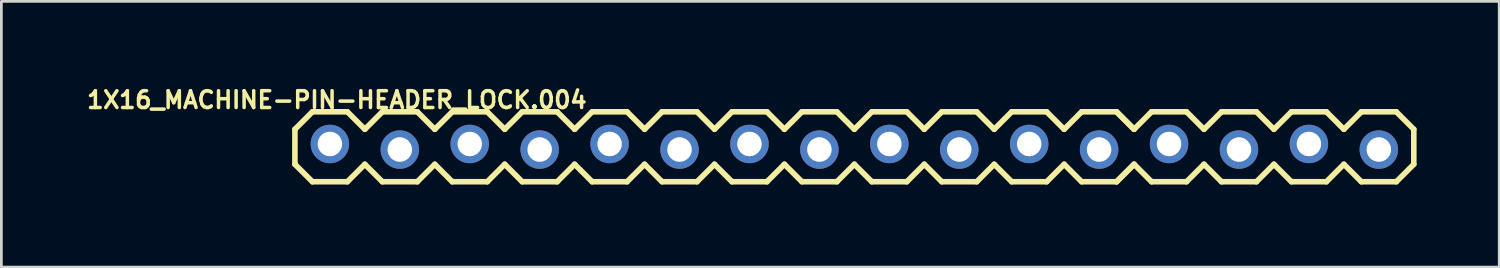
<source format=kicad_pcb>
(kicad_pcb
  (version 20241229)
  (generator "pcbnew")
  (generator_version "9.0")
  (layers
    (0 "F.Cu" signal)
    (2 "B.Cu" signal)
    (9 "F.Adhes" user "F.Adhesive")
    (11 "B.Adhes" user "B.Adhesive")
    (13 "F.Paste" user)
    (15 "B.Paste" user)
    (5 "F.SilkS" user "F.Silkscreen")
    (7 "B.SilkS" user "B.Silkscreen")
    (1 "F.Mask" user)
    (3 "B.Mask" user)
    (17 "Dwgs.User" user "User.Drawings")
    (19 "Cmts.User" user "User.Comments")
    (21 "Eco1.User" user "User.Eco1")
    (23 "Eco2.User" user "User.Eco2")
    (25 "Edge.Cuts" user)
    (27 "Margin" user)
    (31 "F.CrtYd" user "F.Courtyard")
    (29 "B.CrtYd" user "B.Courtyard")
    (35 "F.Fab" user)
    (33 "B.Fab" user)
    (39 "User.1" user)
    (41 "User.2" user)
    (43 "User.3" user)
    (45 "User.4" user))
  (footprint "1X16_MACHINE-PIN-HEADER_LOCK.004"
    (layer "F.Cu")
    (at 8.932 2.281)
    (property "Reference" "1X16_MACHINE-PIN-HEADER_LOCK.004" (at 0.254 -1.702 0) (layer "F.SilkS") (effects (font (size 0.61 0.61) (thickness 0.127))))
    (attr exclude_from_pos_files exclude_from_bom)
    (fp_line (start -1.27 -0.635) (end -1.27 0.635) (stroke (width 0.203) (type solid)) (layer "F.SilkS"))
    (fp_line (start -1.27 0.635) (end -0.635 1.27) (stroke (width 0.203) (type solid)) (layer "F.SilkS"))
    (fp_line (start -0.635 -1.27) (end -1.27 -0.635) (stroke (width 0.203) (type solid)) (layer "F.SilkS"))
    (fp_line (start -0.635 -1.27) (end 0.635 -1.27) (stroke (width 0.203) (type solid)) (layer "F.SilkS"))
    (fp_line (start 0.635 -1.27) (end 1.27 -0.635) (stroke (width 0.203) (type solid)) (layer "F.SilkS"))
    (fp_line (start 0.635 1.27) (end -0.635 1.27) (stroke (width 0.203) (type solid)) (layer "F.SilkS"))
    (fp_line (start 1.27 -0.635) (end 1.905 -1.27) (stroke (width 0.203) (type solid)) (layer "F.SilkS"))
    (fp_line (start 1.27 0.635) (end 0.635 1.27) (stroke (width 0.203) (type solid)) (layer "F.SilkS"))
    (fp_line (start 1.905 -1.27) (end 3.175 -1.27) (stroke (width 0.203) (type solid)) (layer "F.SilkS"))
    (fp_line (start 1.905 1.27) (end 1.27 0.635) (stroke (width 0.203) (type solid)) (layer "F.SilkS"))
    (fp_line (start 3.175 -1.27) (end 3.81 -0.635) (stroke (width 0.203) (type solid)) (layer "F.SilkS"))
    (fp_line (start 3.175 1.27) (end 1.905 1.27) (stroke (width 0.203) (type solid)) (layer "F.SilkS"))
    (fp_line (start 3.81 -0.635) (end 4.445 -1.27) (stroke (width 0.203) (type solid)) (layer "F.SilkS"))
    (fp_line (start 3.81 0.635) (end 3.175 1.27) (stroke (width 0.203) (type solid)) (layer "F.SilkS"))
    (fp_line (start 4.445 -1.27) (end 5.715 -1.27) (stroke (width 0.203) (type solid)) (layer "F.SilkS"))
    (fp_line (start 4.445 1.27) (end 3.81 0.635) (stroke (width 0.203) (type solid)) (layer "F.SilkS"))
    (fp_line (start 5.715 -1.27) (end 6.35 -0.635) (stroke (width 0.203) (type solid)) (layer "F.SilkS"))
    (fp_line (start 5.715 1.27) (end 4.445 1.27) (stroke (width 0.203) (type solid)) (layer "F.SilkS"))
    (fp_line (start 6.35 0.635) (end 5.715 1.27) (stroke (width 0.203) (type solid)) (layer "F.SilkS"))
    (fp_line (start 6.35 0.635) (end 6.985 1.27) (stroke (width 0.203) (type solid)) (layer "F.SilkS"))
    (fp_line (start 6.985 -1.27) (end 6.35 -0.635) (stroke (width 0.203) (type solid)) (layer "F.SilkS"))
    (fp_line (start 6.985 -1.27) (end 8.255 -1.27) (stroke (width 0.203) (type solid)) (layer "F.SilkS"))
    (fp_line (start 8.255 -1.27) (end 8.89 -0.635) (stroke (width 0.203) (type solid)) (layer "F.SilkS"))
    (fp_line (start 8.255 1.27) (end 6.985 1.27) (stroke (width 0.203) (type solid)) (layer "F.SilkS"))
    (fp_line (start 8.89 -0.635) (end 9.525 -1.27) (stroke (width 0.203) (type solid)) (layer "F.SilkS"))
    (fp_line (start 8.89 0.635) (end 8.255 1.27) (stroke (width 0.203) (type solid)) (layer "F.SilkS"))
    (fp_line (start 9.525 -1.27) (end 10.795 -1.27) (stroke (width 0.203) (type solid)) (layer "F.SilkS"))
    (fp_line (start 9.525 1.27) (end 8.89 0.635) (stroke (width 0.203) (type solid)) (layer "F.SilkS"))
    (fp_line (start 10.795 -1.27) (end 11.43 -0.635) (stroke (width 0.203) (type solid)) (layer "F.SilkS"))
    (fp_line (start 10.795 1.27) (end 9.525 1.27) (stroke (width 0.203) (type solid)) (layer "F.SilkS"))
    (fp_line (start 11.43 -0.635) (end 12.065 -1.27) (stroke (width 0.203) (type solid)) (layer "F.SilkS"))
    (fp_line (start 11.43 0.635) (end 10.795 1.27) (stroke (width 0.203) (type solid)) (layer "F.SilkS"))
    (fp_line (start 12.065 -1.27) (end 13.335 -1.27) (stroke (width 0.203) (type solid)) (layer "F.SilkS"))
    (fp_line (start 12.065 1.27) (end 11.43 0.635) (stroke (width 0.203) (type solid)) (layer "F.SilkS"))
    (fp_line (start 13.335 -1.27) (end 13.97 -0.635) (stroke (width 0.203) (type solid)) (layer "F.SilkS"))
    (fp_line (start 13.335 1.27) (end 12.065 1.27) (stroke (width 0.203) (type solid)) (layer "F.SilkS"))
    (fp_line (start 13.97 0.635) (end 13.335 1.27) (stroke (width 0.203) (type solid)) (layer "F.SilkS"))
    (fp_line (start 13.97 0.635) (end 14.605 1.27) (stroke (width 0.203) (type solid)) (layer "F.SilkS"))
    (fp_line (start 14.605 -1.27) (end 13.97 -0.635) (stroke (width 0.203) (type solid)) (layer "F.SilkS"))
    (fp_line (start 14.605 -1.27) (end 15.875 -1.27) (stroke (width 0.203) (type solid)) (layer "F.SilkS"))
    (fp_line (start 15.875 -1.27) (end 16.51 -0.635) (stroke (width 0.203) (type solid)) (layer "F.SilkS"))
    (fp_line (start 15.875 1.27) (end 14.605 1.27) (stroke (width 0.203) (type solid)) (layer "F.SilkS"))
    (fp_line (start 16.51 -0.635) (end 17.145 -1.27) (stroke (width 0.203) (type solid)) (layer "F.SilkS"))
    (fp_line (start 16.51 0.635) (end 15.875 1.27) (stroke (width 0.203) (type solid)) (layer "F.SilkS"))
    (fp_line (start 17.145 -1.27) (end 18.415 -1.27) (stroke (width 0.203) (type solid)) (layer "F.SilkS"))
    (fp_line (start 17.145 1.27) (end 16.51 0.635) (stroke (width 0.203) (type solid)) (layer "F.SilkS"))
    (fp_line (start 18.415 -1.27) (end 19.05 -0.635) (stroke (width 0.203) (type solid)) (layer "F.SilkS"))
    (fp_line (start 18.415 1.27) (end 17.145 1.27) (stroke (width 0.203) (type solid)) (layer "F.SilkS"))
    (fp_line (start 19.05 -0.635) (end 19.685 -1.27) (stroke (width 0.203) (type solid)) (layer "F.SilkS"))
    (fp_line (start 19.05 0.635) (end 18.415 1.27) (stroke (width 0.203) (type solid)) (layer "F.SilkS"))
    (fp_line (start 19.685 -1.27) (end 20.955 -1.27) (stroke (width 0.203) (type solid)) (layer "F.SilkS"))
    (fp_line (start 19.685 1.27) (end 19.05 0.635) (stroke (width 0.203) (type solid)) (layer "F.SilkS"))
    (fp_line (start 20.955 -1.27) (end 21.59 -0.635) (stroke (width 0.203) (type solid)) (layer "F.SilkS"))
    (fp_line (start 20.955 1.27) (end 19.685 1.27) (stroke (width 0.203) (type solid)) (layer "F.SilkS"))
    (fp_line (start 21.59 0.635) (end 20.955 1.27) (stroke (width 0.203) (type solid)) (layer "F.SilkS"))
    (fp_line (start 21.59 0.635) (end 22.225 1.27) (stroke (width 0.203) (type solid)) (layer "F.SilkS"))
    (fp_line (start 22.225 -1.27) (end 21.59 -0.635) (stroke (width 0.203) (type solid)) (layer "F.SilkS"))
    (fp_line (start 22.225 -1.27) (end 23.495 -1.27) (stroke (width 0.203) (type solid)) (layer "F.SilkS"))
    (fp_line (start 23.495 -1.27) (end 24.13 -0.635) (stroke (width 0.203) (type solid)) (layer "F.SilkS"))
    (fp_line (start 23.495 1.27) (end 22.225 1.27) (stroke (width 0.203) (type solid)) (layer "F.SilkS"))
    (fp_line (start 24.13 -0.635) (end 24.765 -1.27) (stroke (width 0.203) (type solid)) (layer "F.SilkS"))
    (fp_line (start 24.13 0.635) (end 23.495 1.27) (stroke (width 0.203) (type solid)) (layer "F.SilkS"))
    (fp_line (start 24.765 -1.27) (end 26.035 -1.27) (stroke (width 0.203) (type solid)) (layer "F.SilkS"))
    (fp_line (start 24.765 1.27) (end 24.13 0.635) (stroke (width 0.203) (type solid)) (layer "F.SilkS"))
    (fp_line (start 26.035 -1.27) (end 26.67 -0.635) (stroke (width 0.203) (type solid)) (layer "F.SilkS"))
    (fp_line (start 26.035 1.27) (end 24.765 1.27) (stroke (width 0.203) (type solid)) (layer "F.SilkS"))
    (fp_line (start 26.67 -0.635) (end 27.305 -1.27) (stroke (width 0.203) (type solid)) (layer "F.SilkS"))
    (fp_line (start 26.67 0.635) (end 26.035 1.27) (stroke (width 0.203) (type solid)) (layer "F.SilkS"))
    (fp_line (start 27.305 -1.27) (end 28.575 -1.27) (stroke (width 0.203) (type solid)) (layer "F.SilkS"))
    (fp_line (start 27.305 1.27) (end 26.67 0.635) (stroke (width 0.203) (type solid)) (layer "F.SilkS"))
    (fp_line (start 28.575 -1.27) (end 29.21 -0.635) (stroke (width 0.203) (type solid)) (layer "F.SilkS"))
    (fp_line (start 28.575 -1.27) (end 29.21 -0.635) (stroke (width 0.203) (type solid)) (layer "F.SilkS"))
    (fp_line (start 28.575 1.27) (end 27.305 1.27) (stroke (width 0.203) (type solid)) (layer "F.SilkS"))
    (fp_line (start 29.21 -0.635) (end 29.845 -1.27) (stroke (width 0.203) (type solid)) (layer "F.SilkS"))
    (fp_line (start 29.21 0.635) (end 28.575 1.27) (stroke (width 0.203) (type solid)) (layer "F.SilkS"))
    (fp_line (start 29.21 0.635) (end 28.575 1.27) (stroke (width 0.203) (type solid)) (layer "F.SilkS"))
    (fp_line (start 29.845 -1.27) (end 31.115 -1.27) (stroke (width 0.203) (type solid)) (layer "F.SilkS"))
    (fp_line (start 29.845 1.27) (end 29.21 0.635) (stroke (width 0.203) (type solid)) (layer "F.SilkS"))
    (fp_line (start 31.115 -1.27) (end 31.75 -0.635) (stroke (width 0.203) (type solid)) (layer "F.SilkS"))
    (fp_line (start 31.115 1.27) (end 29.845 1.27) (stroke (width 0.203) (type solid)) (layer "F.SilkS"))
    (fp_line (start 31.75 0.635) (end 31.115 1.27) (stroke (width 0.203) (type solid)) (layer "F.SilkS"))
    (fp_line (start 31.75 0.635) (end 32.385 1.27) (stroke (width 0.203) (type solid)) (layer "F.SilkS"))
    (fp_line (start 32.385 -1.27) (end 31.75 -0.635) (stroke (width 0.203) (type solid)) (layer "F.SilkS"))
    (fp_line (start 32.385 -1.27) (end 33.655 -1.27) (stroke (width 0.203) (type solid)) (layer "F.SilkS"))
    (fp_line (start 33.655 -1.27) (end 34.29 -0.635) (stroke (width 0.203) (type solid)) (layer "F.SilkS"))
    (fp_line (start 33.655 1.27) (end 32.385 1.27) (stroke (width 0.203) (type solid)) (layer "F.SilkS"))
    (fp_line (start 34.29 -0.635) (end 34.925 -1.27) (stroke (width 0.203) (type solid)) (layer "F.SilkS"))
    (fp_line (start 34.29 0.635) (end 33.655 1.27) (stroke (width 0.203) (type solid)) (layer "F.SilkS"))
    (fp_line (start 34.925 -1.27) (end 36.195 -1.27) (stroke (width 0.203) (type solid)) (layer "F.SilkS"))
    (fp_line (start 34.925 1.27) (end 34.29 0.635) (stroke (width 0.203) (type solid)) (layer "F.SilkS"))
    (fp_line (start 36.195 -1.27) (end 36.83 -0.635) (stroke (width 0.203) (type solid)) (layer "F.SilkS"))
    (fp_line (start 36.195 1.27) (end 34.925 1.27) (stroke (width 0.203) (type solid)) (layer "F.SilkS"))
    (fp_line (start 36.83 -0.635) (end 37.465 -1.27) (stroke (width 0.203) (type solid)) (layer "F.SilkS"))
    (fp_line (start 36.83 0.635) (end 36.195 1.27) (stroke (width 0.203) (type solid)) (layer "F.SilkS"))
    (fp_line (start 37.465 -1.27) (end 38.735 -1.27) (stroke (width 0.203) (type solid)) (layer "F.SilkS"))
    (fp_line (start 37.465 1.27) (end 36.83 0.635) (stroke (width 0.203) (type solid)) (layer "F.SilkS"))
    (fp_line (start 38.735 -1.27) (end 39.37 -0.635) (stroke (width 0.203) (type solid)) (layer "F.SilkS"))
    (fp_line (start 38.735 1.27) (end 37.465 1.27) (stroke (width 0.203) (type solid)) (layer "F.SilkS"))
    (fp_line (start 39.37 -0.635) (end 39.37 0.635) (stroke (width 0.203) (type solid)) (layer "F.SilkS"))
    (fp_line (start 39.37 0.635) (end 38.735 1.27) (stroke (width 0.203) (type solid)) (layer "F.SilkS"))
    (fp_circle (center 0 0) (end 0 -0.33) (stroke (width 0.025) (type solid)) (fill no) (layer "Dwgs.User"))
    (fp_circle (center 2.54 0) (end 2.54 -0.33) (stroke (width 0.025) (type solid)) (fill no) (layer "Dwgs.User"))
    (fp_circle (center 5.08 0) (end 5.08 -0.33) (stroke (width 0.025) (type solid)) (fill no) (layer "Dwgs.User"))
    (fp_circle (center 7.62 0) (end 7.62 -0.33) (stroke (width 0.025) (type solid)) (fill no) (layer "Dwgs.User"))
    (fp_circle (center 10.16 0) (end 10.16 -0.33) (stroke (width 0.025) (type solid)) (fill no) (layer "Dwgs.User"))
    (fp_circle (center 12.7 0) (end 12.7 -0.33) (stroke (width 0.025) (type solid)) (fill no) (layer "Dwgs.User"))
    (fp_circle (center 15.24 0) (end 15.24 -0.33) (stroke (width 0.025) (type solid)) (fill no) (layer "Dwgs.User"))
    (fp_circle (center 17.78 0) (end 17.78 -0.33) (stroke (width 0.025) (type solid)) (fill no) (layer "Dwgs.User"))
    (fp_circle (center 20.32 0) (end 20.32 -0.33) (stroke (width 0.025) (type solid)) (fill no) (layer "Dwgs.User"))
    (fp_circle (center 22.86 0) (end 22.86 -0.33) (stroke (width 0.025) (type solid)) (fill no) (layer "Dwgs.User"))
    (fp_circle (center 25.4 0) (end 25.4 -0.33) (stroke (width 0.025) (type solid)) (fill no) (layer "Dwgs.User"))
    (fp_circle (center 27.94 0) (end 27.94 -0.33) (stroke (width 0.025) (type solid)) (fill no) (layer "Dwgs.User"))
    (fp_circle (center 30.48 0) (end 30.48 -0.33) (stroke (width 0.025) (type solid)) (fill no) (layer "Dwgs.User"))
    (fp_circle (center 33.02 0) (end 33.02 -0.33) (stroke (width 0.025) (type solid)) (fill no) (layer "Dwgs.User"))
    (fp_circle (center 35.56 0) (end 35.56 -0.33) (stroke (width 0.025) (type solid)) (fill no) (layer "Dwgs.User"))
    (fp_circle (center 38.1 0) (end 38.1 -0.33) (stroke (width 0.025) (type solid)) (fill no) (layer "Dwgs.User"))
    (pad "1" thru_hole circle (at 0 -0.102) (size 1.397 1.397) (drill 0.889) (layers "*.Cu" "*.Paste" "*.Mask"))
    (pad "2" thru_hole circle (at 2.54 0.102) (size 1.397 1.397) (drill 0.889) (layers "*.Cu" "*.Paste" "*.Mask"))
    (pad "3" thru_hole circle (at 5.08 -0.102) (size 1.397 1.397) (drill 0.889) (layers "*.Cu" "*.Paste" "*.Mask"))
    (pad "4" thru_hole circle (at 7.62 0.102) (size 1.397 1.397) (drill 0.889) (layers "*.Cu" "*.Paste" "*.Mask"))
    (pad "5" thru_hole circle (at 10.16 -0.102) (size 1.397 1.397) (drill 0.889) (layers "*.Cu" "*.Paste" "*.Mask"))
    (pad "6" thru_hole circle (at 12.7 0.102) (size 1.397 1.397) (drill 0.889) (layers "*.Cu" "*.Paste" "*.Mask"))
    (pad "7" thru_hole circle (at 15.24 -0.102) (size 1.397 1.397) (drill 0.889) (layers "*.Cu" "*.Paste" "*.Mask"))
    (pad "8" thru_hole circle (at 17.78 0.102) (size 1.397 1.397) (drill 0.889) (layers "*.Cu" "*.Paste" "*.Mask"))
    (pad "9" thru_hole circle (at 20.32 -0.102) (size 1.397 1.397) (drill 0.889) (layers "*.Cu" "*.Paste" "*.Mask"))
    (pad "10" thru_hole circle (at 22.86 0.102) (size 1.397 1.397) (drill 0.889) (layers "*.Cu" "*.Paste" "*.Mask"))
    (pad "11" thru_hole circle (at 25.4 -0.102) (size 1.397 1.397) (drill 0.889) (layers "*.Cu" "*.Paste" "*.Mask"))
    (pad "12" thru_hole circle (at 27.94 0.102) (size 1.397 1.397) (drill 0.889) (layers "*.Cu" "*.Paste" "*.Mask"))
    (pad "13" thru_hole circle (at 30.48 -0.102) (size 1.397 1.397) (drill 0.889) (layers "*.Cu" "*.Paste" "*.Mask"))
    (pad "14" thru_hole circle (at 33.02 0.102) (size 1.397 1.397) (drill 0.889) (layers "*.Cu" "*.Paste" "*.Mask"))
    (pad "15" thru_hole circle (at 35.56 -0.102) (size 1.397 1.397) (drill 0.889) (layers "*.Cu" "*.Paste" "*.Mask"))
    (pad "16" thru_hole circle (at 38.1 0.102) (size 1.397 1.397) (drill 0.889) (layers "*.Cu" "*.Paste" "*.Mask")))
  (gr_rect
    (start -3 -3)
    (end 51.404 6.653)
    (stroke (width 0.1) (type default))
    (fill no)
    (layer "Edge.Cuts")))
</source>
